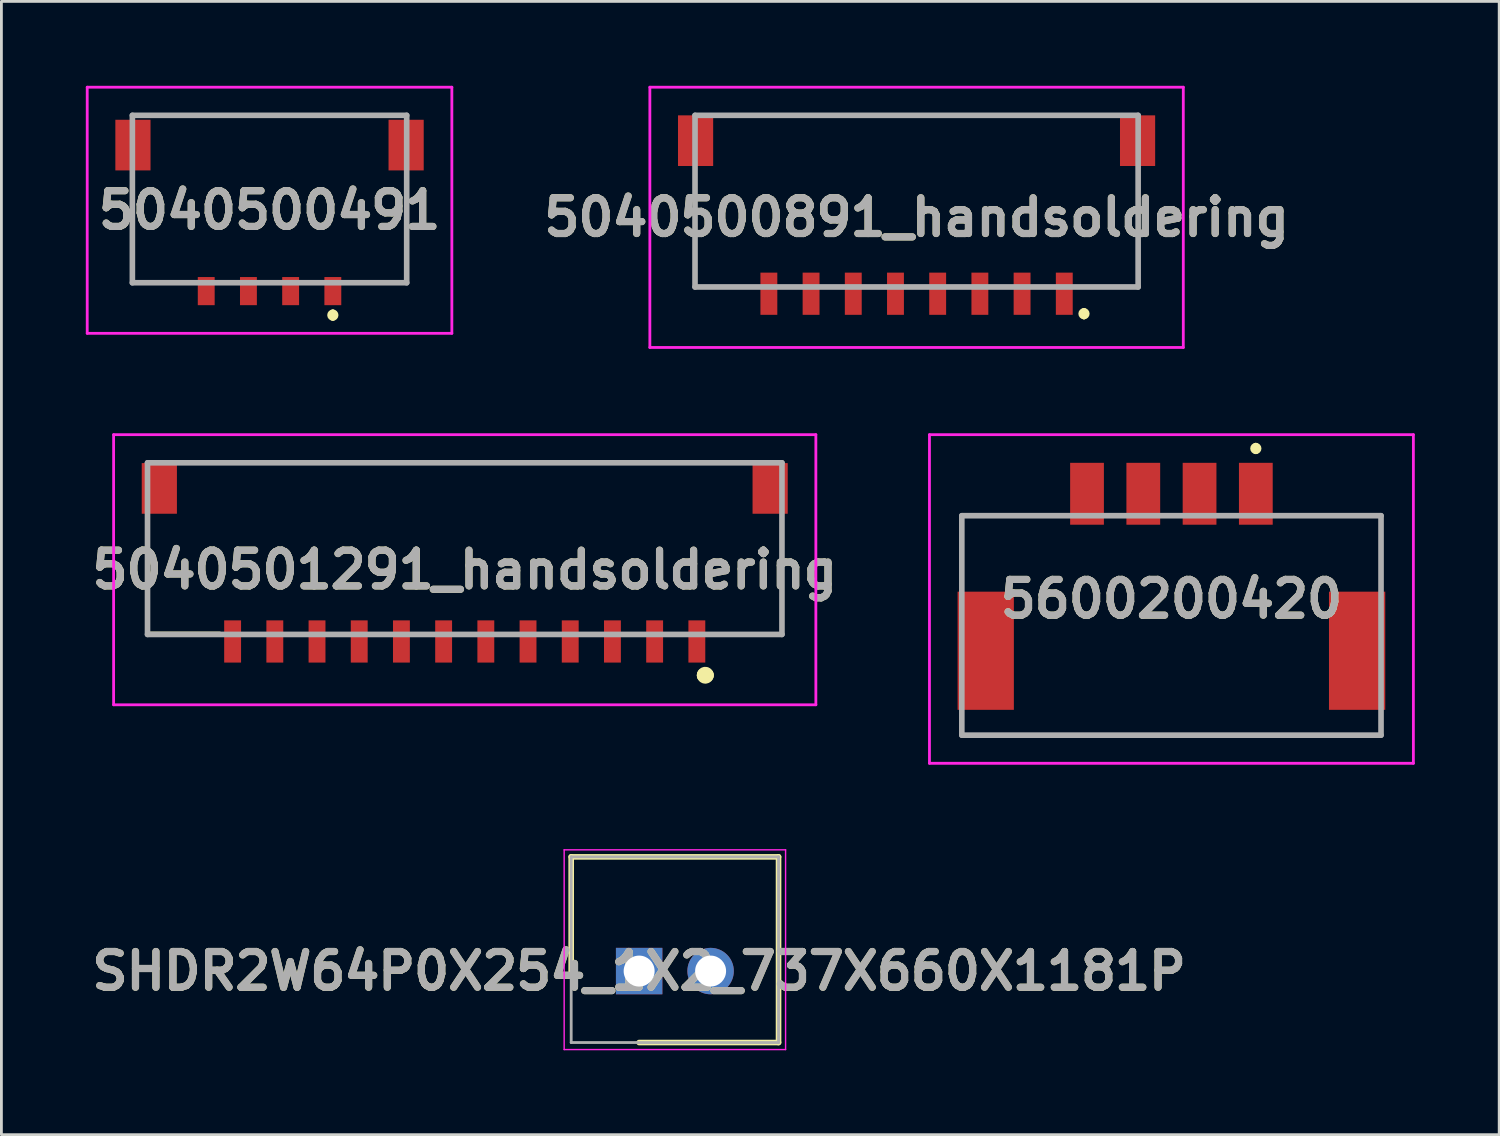
<source format=kicad_pcb>
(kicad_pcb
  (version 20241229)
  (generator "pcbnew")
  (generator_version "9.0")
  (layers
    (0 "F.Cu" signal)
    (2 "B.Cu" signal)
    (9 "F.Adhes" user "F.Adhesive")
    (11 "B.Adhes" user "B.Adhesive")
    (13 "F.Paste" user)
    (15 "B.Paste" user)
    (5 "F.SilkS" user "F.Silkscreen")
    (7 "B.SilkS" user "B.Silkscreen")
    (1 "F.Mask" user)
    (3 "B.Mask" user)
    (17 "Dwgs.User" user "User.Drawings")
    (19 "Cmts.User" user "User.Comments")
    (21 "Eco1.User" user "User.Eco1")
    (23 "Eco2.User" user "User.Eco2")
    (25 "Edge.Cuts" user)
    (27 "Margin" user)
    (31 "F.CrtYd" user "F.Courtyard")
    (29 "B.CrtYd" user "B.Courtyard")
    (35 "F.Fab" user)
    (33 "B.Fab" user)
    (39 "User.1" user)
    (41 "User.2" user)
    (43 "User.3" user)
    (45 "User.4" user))
  (footprint "5600200420"
    (layer "F.Cu")
    (at 38.586 18.79)
    (property "Reference" "5600200420" (at 0 -0.55 0) (layer "F.SilkS") (effects (font (size 1.27 1.27) (thickness 0.254))))
    (attr smd)
    (fp_line (start -7.45 -3.51) (end -4.5 -3.51) (stroke (width 0.1) (type solid)) (layer "F.SilkS"))
    (fp_line (start -7.45 -1.71) (end -7.45 -3.51) (stroke (width 0.1) (type solid)) (layer "F.SilkS"))
    (fp_line (start -7.45 4.29) (end 7.45 4.29) (stroke (width 0.1) (type solid)) (layer "F.SilkS"))
    (fp_line (start 3 -6) (end 3 -6) (stroke (width 0.2) (type solid)) (layer "F.SilkS"))
    (fp_line (start 3 -5.8) (end 3 -5.8) (stroke (width 0.2) (type solid)) (layer "F.SilkS"))
    (fp_line (start 7.45 -3.51) (end 4.5 -3.51) (stroke (width 0.1) (type solid)) (layer "F.SilkS"))
    (fp_line (start 7.45 -1.71) (end 7.45 -3.51) (stroke (width 0.1) (type solid)) (layer "F.SilkS"))
    (fp_arc (start 3 -6) (mid 3.1 -5.9) (end 3 -5.8) (stroke (width 0.2) (type solid)) (layer "F.SilkS"))
    (fp_arc (start 3 -5.8) (mid 2.9 -5.9) (end 3 -6) (stroke (width 0.2) (type solid)) (layer "F.SilkS"))
    (fp_line (start -8.6 -6.39) (end 8.6 -6.39) (stroke (width 0.1) (type solid)) (layer "F.CrtYd"))
    (fp_line (start -8.6 5.29) (end -8.6 -6.39) (stroke (width 0.1) (type solid)) (layer "F.CrtYd"))
    (fp_line (start 8.6 -6.39) (end 8.6 5.29) (stroke (width 0.1) (type solid)) (layer "F.CrtYd"))
    (fp_line (start 8.6 5.29) (end -8.6 5.29) (stroke (width 0.1) (type solid)) (layer "F.CrtYd"))
    (fp_line (start -7.45 -3.51) (end 7.45 -3.51) (stroke (width 0.2) (type solid)) (layer "F.Fab"))
    (fp_line (start -7.45 4.29) (end -7.45 -3.51) (stroke (width 0.2) (type solid)) (layer "F.Fab"))
    (fp_line (start 7.45 -3.51) (end 7.45 4.29) (stroke (width 0.2) (type solid)) (layer "F.Fab"))
    (fp_line (start 7.45 4.29) (end -7.45 4.29) (stroke (width 0.2) (type solid)) (layer "F.Fab"))
    (fp_text user "${REFERENCE}" (at 0 -0.55 0) (layer "F.Fab") (effects (font (size 1.27 1.27) (thickness 0.254))))
    (pad "1" smd rect (at 3 -4.29) (size 1.2 2.2) (layers "F.Cu" "F.Mask" "F.Paste"))
    (pad "2" smd rect (at 1 -4.29) (size 1.2 2.2) (layers "F.Cu" "F.Mask" "F.Paste"))
    (pad "3" smd rect (at -1 -4.29) (size 1.2 2.2) (layers "F.Cu" "F.Mask" "F.Paste"))
    (pad "4" smd rect (at -3 -4.29) (size 1.2 2.2) (layers "F.Cu" "F.Mask" "F.Paste"))
    (pad "MP1" smd rect (at -6.6 1.29) (size 2 4.2) (layers "F.Cu" "F.Mask" "F.Paste"))
    (pad "MP2" smd rect (at 6.6 1.29) (size 2 4.2) (layers "F.Cu" "F.Mask" "F.Paste")))
  (footprint "5040501291_handsoldering"
    (layer "F.Cu")
    (at 13.468 16.45)
    (property "Reference" "5040501291_handsoldering" (at 0 0.75 0) (layer "F.SilkS") (effects (font (size 1.27 1.27) (thickness 0.254))))
    (attr smd)
    (fp_line (start -11.275 -1) (end -11.275 3) (stroke (width 0.1) (type solid)) (layer "F.SilkS"))
    (fp_line (start -11.275 3) (end -8.7 3) (stroke (width 0.1) (type solid)) (layer "F.SilkS"))
    (fp_line (start -10 -3.05) (end 10 -3.05) (stroke (width 0.1) (type solid)) (layer "F.SilkS"))
    (fp_line (start 8.5 4.5) (end 8.5 4.5) (stroke (width 0.5) (type solid)) (layer "F.SilkS"))
    (fp_line (start 8.6 4.5) (end 8.6 4.5) (stroke (width 0.5) (type solid)) (layer "F.SilkS"))
    (fp_line (start 11.275 -1) (end 11.275 3.05) (stroke (width 0.1) (type solid)) (layer "F.SilkS"))
    (fp_line (start 11.275 3.05) (end 8.7 3.05) (stroke (width 0.1) (type solid)) (layer "F.SilkS"))
    (fp_arc (start 8.5 4.5) (mid 8.55 4.45) (end 8.6 4.5) (stroke (width 0.5) (type solid)) (layer "F.SilkS"))
    (fp_arc (start 8.6 4.5) (mid 8.55 4.55) (end 8.5 4.5) (stroke (width 0.5) (type solid)) (layer "F.SilkS"))
    (fp_line (start -12.48 -4.05) (end 12.48 -4.05) (stroke (width 0.1) (type solid)) (layer "F.CrtYd"))
    (fp_line (start -12.48 5.55) (end -12.48 -4.05) (stroke (width 0.1) (type solid)) (layer "F.CrtYd"))
    (fp_line (start 12.48 -4.05) (end 12.48 5.55) (stroke (width 0.1) (type solid)) (layer "F.CrtYd"))
    (fp_line (start 12.48 5.55) (end -12.48 5.55) (stroke (width 0.1) (type solid)) (layer "F.CrtYd"))
    (fp_line (start -11.275 -3.05) (end 11.275 -3.05) (stroke (width 0.2) (type solid)) (layer "F.Fab"))
    (fp_line (start -11.275 3.05) (end -11.275 -3.05) (stroke (width 0.2) (type solid)) (layer "F.Fab"))
    (fp_line (start 11.275 -3.05) (end 11.275 3.05) (stroke (width 0.2) (type solid)) (layer "F.Fab"))
    (fp_line (start 11.275 3.05) (end -11.275 3.05) (stroke (width 0.2) (type solid)) (layer "F.Fab"))
    (fp_text user "${REFERENCE}" (at 0 0.75 0) (layer "F.Fab") (effects (font (size 1.27 1.27) (thickness 0.254))))
    (pad "1" smd rect (at 8.25 3.3) (size 0.6 1.5) (layers "F.Cu" "F.Mask" "F.Paste"))
    (pad "2" smd rect (at 6.75 3.3) (size 0.6 1.5) (layers "F.Cu" "F.Mask" "F.Paste"))
    (pad "3" smd rect (at 5.25 3.3) (size 0.6 1.5) (layers "F.Cu" "F.Mask" "F.Paste"))
    (pad "4" smd rect (at 3.75 3.3) (size 0.6 1.5) (layers "F.Cu" "F.Mask" "F.Paste"))
    (pad "5" smd rect (at 2.25 3.3) (size 0.6 1.5) (layers "F.Cu" "F.Mask" "F.Paste"))
    (pad "6" smd rect (at 0.75 3.3) (size 0.6 1.5) (layers "F.Cu" "F.Mask" "F.Paste"))
    (pad "7" smd rect (at -0.75 3.3) (size 0.6 1.5) (layers "F.Cu" "F.Mask" "F.Paste"))
    (pad "8" smd rect (at -2.25 3.3) (size 0.6 1.5) (layers "F.Cu" "F.Mask" "F.Paste"))
    (pad "9" smd rect (at -3.75 3.3) (size 0.6 1.5) (layers "F.Cu" "F.Mask" "F.Paste"))
    (pad "10" smd rect (at -5.25 3.3) (size 0.6 1.5) (layers "F.Cu" "F.Mask" "F.Paste"))
    (pad "11" smd rect (at -6.75 3.3) (size 0.6 1.5) (layers "F.Cu" "F.Mask" "F.Paste"))
    (pad "12" smd rect (at -8.25 3.3) (size 0.6 1.5) (layers "F.Cu" "F.Mask" "F.Paste"))
    (pad "MP1" smd rect (at -10.855 -2.14) (size 1.25 1.8) (layers "F.Cu" "F.Mask" "F.Paste"))
    (pad "MP2" smd rect (at 10.855 -2.14) (size 1.25 1.8) (layers "F.Cu" "F.Mask" "F.Paste")))
  (footprint "SHDR2W64P0X254_1X2_737X660X1181P"
    (layer "F.Cu")
    (at 19.667 31.465)
    (property "Reference" "SHDR2W64P0X254_1X2_737X660X1181P" (at 0 0 0) (layer "F.SilkS") (effects (font (size 1.27 1.27) (thickness 0.254))))
    (attr through_hole)
    (fp_line (start -2.415 -4.06) (end -2.415 0) (stroke (width 0.2) (type solid)) (layer "F.SilkS"))
    (fp_line (start 0 2.54) (end 4.955 2.54) (stroke (width 0.2) (type solid)) (layer "F.SilkS"))
    (fp_line (start 4.955 -4.06) (end -2.415 -4.06) (stroke (width 0.2) (type solid)) (layer "F.SilkS"))
    (fp_line (start 4.955 2.54) (end 4.955 -4.06) (stroke (width 0.2) (type solid)) (layer "F.SilkS"))
    (fp_line (start -2.665 -4.31) (end 5.205 -4.31) (stroke (width 0.05) (type solid)) (layer "F.CrtYd"))
    (fp_line (start -2.665 2.79) (end -2.665 -4.31) (stroke (width 0.05) (type solid)) (layer "F.CrtYd"))
    (fp_line (start 5.205 -4.31) (end 5.205 2.79) (stroke (width 0.05) (type solid)) (layer "F.CrtYd"))
    (fp_line (start 5.205 2.79) (end -2.665 2.79) (stroke (width 0.05) (type solid)) (layer "F.CrtYd"))
    (fp_line (start -2.415 -4.06) (end 4.955 -4.06) (stroke (width 0.1) (type solid)) (layer "F.Fab"))
    (fp_line (start -2.415 2.54) (end -2.415 -4.06) (stroke (width 0.1) (type solid)) (layer "F.Fab"))
    (fp_line (start 4.955 -4.06) (end 4.955 2.54) (stroke (width 0.1) (type solid)) (layer "F.Fab"))
    (fp_line (start 4.955 2.54) (end -2.415 2.54) (stroke (width 0.1) (type solid)) (layer "F.Fab"))
    (fp_text user "${REFERENCE}" (at 0 0 0) (layer "F.Fab") (effects (font (size 1.27 1.27) (thickness 0.254))))
    (pad "1" thru_hole rect (at 0 0) (size 1.65 1.65) (drill 1.1) (layers "*.Cu" "*.Mask"))
    (pad "2" thru_hole circle (at 2.54 0) (size 1.65 1.65) (drill 1.1) (layers "*.Cu" "*.Mask")))
  (footprint "5040500491"
    (layer "F.Cu")
    (at 6.53 4.05)
    (property "Reference" "5040500491" (at 0 0.374 0) (layer "F.SilkS") (effects (font (size 1.27 1.27) (thickness 0.254))))
    (attr smd)
    (fp_line (start -4.875 -0.647) (end -4.855 2.95) (stroke (width 0.1) (type solid)) (layer "F.SilkS"))
    (fp_line (start -4.855 2.95) (end -3.5 2.95) (stroke (width 0.1) (type solid)) (layer "F.SilkS"))
    (fp_line (start -3.5 -3) (end 3.5 -3) (stroke (width 0.1) (type solid)) (layer "F.SilkS"))
    (fp_line (start 2.25 4) (end 2.25 4) (stroke (width 0.2) (type solid)) (layer "F.SilkS"))
    (fp_line (start 2.25 4.2) (end 2.25 4.2) (stroke (width 0.2) (type solid)) (layer "F.SilkS"))
    (fp_line (start 4.855 2.95) (end 3.5 2.95) (stroke (width 0.1) (type solid)) (layer "F.SilkS"))
    (fp_line (start 4.875 -0.647) (end 4.855 2.95) (stroke (width 0.1) (type solid)) (layer "F.SilkS"))
    (fp_arc (start 2.25 4) (mid 2.35 4.1) (end 2.25 4.2) (stroke (width 0.2) (type solid)) (layer "F.SilkS"))
    (fp_arc (start 2.25 4.2) (mid 2.15 4.1) (end 2.25 4) (stroke (width 0.2) (type solid)) (layer "F.SilkS"))
    (fp_line (start -6.48 -4) (end 6.48 -4) (stroke (width 0.1) (type solid)) (layer "F.CrtYd"))
    (fp_line (start -6.48 4.747) (end -6.48 -4) (stroke (width 0.1) (type solid)) (layer "F.CrtYd"))
    (fp_line (start 6.48 -4) (end 6.48 4.747) (stroke (width 0.1) (type solid)) (layer "F.CrtYd"))
    (fp_line (start 6.48 4.747) (end -6.48 4.747) (stroke (width 0.1) (type solid)) (layer "F.CrtYd"))
    (fp_line (start -4.875 -3) (end 4.875 -3) (stroke (width 0.2) (type solid)) (layer "F.Fab"))
    (fp_line (start -4.875 2.95) (end -4.875 -3) (stroke (width 0.2) (type solid)) (layer "F.Fab"))
    (fp_line (start 4.875 -3) (end 4.875 2.95) (stroke (width 0.2) (type solid)) (layer "F.Fab"))
    (fp_line (start 4.875 2.95) (end -4.875 2.95) (stroke (width 0.2) (type solid)) (layer "F.Fab"))
    (fp_text user "${REFERENCE}" (at 0 0.374 0) (layer "F.Fab") (effects (font (size 1.27 1.27) (thickness 0.254))))
    (pad "1" smd rect (at 2.25 3.247) (size 0.6 1) (layers "F.Cu" "F.Mask" "F.Paste"))
    (pad "2" smd rect (at 0.75 3.247) (size 0.6 1) (layers "F.Cu" "F.Mask" "F.Paste"))
    (pad "3" smd rect (at -0.75 3.247) (size 0.6 1) (layers "F.Cu" "F.Mask" "F.Paste"))
    (pad "4" smd rect (at -2.25 3.247) (size 0.6 1) (layers "F.Cu" "F.Mask" "F.Paste"))
    (pad "MP1" smd rect (at 4.855 -1.943) (size 1.25 1.8) (layers "F.Cu" "F.Mask" "F.Paste"))
    (pad "MP2" smd rect (at -4.855 -1.943) (size 1.25 1.8) (layers "F.Cu" "F.Mask" "F.Paste")))
  (footprint "5040500891_handsoldering"
    (layer "F.Cu")
    (at 36.758 4.1)
    (property "Reference" "5040500891_handsoldering" (at -7.23 0.575 0) (layer "F.SilkS") (effects (font (size 1.27 1.27) (thickness 0.254))))
    (attr smd)
    (fp_line (start -15.105 -1) (end -15.105 3.05) (stroke (width 0.1) (type solid)) (layer "F.SilkS"))
    (fp_line (start -15.105 3.05) (end -13.23 3.05) (stroke (width 0.1) (type solid)) (layer "F.SilkS"))
    (fp_line (start -14.23 -3.05) (end -0.23 -3.05) (stroke (width 0.1) (type solid)) (layer "F.SilkS"))
    (fp_line (start -1.28 3.9) (end -1.28 3.9) (stroke (width 0.2) (type solid)) (layer "F.SilkS"))
    (fp_line (start -1.28 4.1) (end -1.28 4.1) (stroke (width 0.2) (type solid)) (layer "F.SilkS"))
    (fp_line (start 0.645 -1) (end 0.645 3.05) (stroke (width 0.1) (type solid)) (layer "F.SilkS"))
    (fp_line (start 0.645 3.05) (end -1.23 3.05) (stroke (width 0.1) (type solid)) (layer "F.SilkS"))
    (fp_arc (start -1.28 3.9) (mid -1.18 4) (end -1.28 4.1) (stroke (width 0.2) (type solid)) (layer "F.SilkS"))
    (fp_arc (start -1.28 4.1) (mid -1.38 4) (end -1.28 3.9) (stroke (width 0.2) (type solid)) (layer "F.SilkS"))
    (fp_line (start -16.71 -4.05) (end 2.25 -4.05) (stroke (width 0.1) (type solid)) (layer "F.CrtYd"))
    (fp_line (start -16.71 5.2) (end -16.71 -4.05) (stroke (width 0.1) (type solid)) (layer "F.CrtYd"))
    (fp_line (start 2.25 -4.05) (end 2.25 5.2) (stroke (width 0.1) (type solid)) (layer "F.CrtYd"))
    (fp_line (start 2.25 5.2) (end -16.71 5.2) (stroke (width 0.1) (type solid)) (layer "F.CrtYd"))
    (fp_line (start -15.105 -3.05) (end 0.645 -3.05) (stroke (width 0.2) (type solid)) (layer "F.Fab"))
    (fp_line (start -15.105 3.05) (end -15.105 -3.05) (stroke (width 0.2) (type solid)) (layer "F.Fab"))
    (fp_line (start 0.645 -3.05) (end 0.645 3.05) (stroke (width 0.2) (type solid)) (layer "F.Fab"))
    (fp_line (start 0.645 3.05) (end -15.105 3.05) (stroke (width 0.2) (type solid)) (layer "F.Fab"))
    (fp_text user "${REFERENCE}" (at -7.23 0.575 0) (layer "F.Fab") (effects (font (size 1.27 1.27) (thickness 0.254))))
    (pad "1" smd rect (at -1.98 3.29) (size 0.6 1.5) (layers "F.Cu" "F.Mask" "F.Paste"))
    (pad "2" smd rect (at -3.48 3.29) (size 0.6 1.5) (layers "F.Cu" "F.Mask" "F.Paste"))
    (pad "3" smd rect (at -4.98 3.29) (size 0.6 1.5) (layers "F.Cu" "F.Mask" "F.Paste"))
    (pad "4" smd rect (at -6.48 3.29) (size 0.6 1.5) (layers "F.Cu" "F.Mask" "F.Paste"))
    (pad "5" smd rect (at -7.98 3.29) (size 0.6 1.5) (layers "F.Cu" "F.Mask" "F.Paste"))
    (pad "6" smd rect (at -9.48 3.29) (size 0.6 1.5) (layers "F.Cu" "F.Mask" "F.Paste"))
    (pad "7" smd rect (at -10.98 3.29) (size 0.6 1.5) (layers "F.Cu" "F.Mask" "F.Paste"))
    (pad "8" smd rect (at -12.48 3.29) (size 0.6 1.5) (layers "F.Cu" "F.Mask" "F.Paste"))
    (pad "MP1" smd rect (at 0.625 -2.15) (size 1.25 1.8) (layers "F.Cu" "F.Mask" "F.Paste"))
    (pad "MP2" smd rect (at -15.085 -2.15) (size 1.25 1.8) (layers "F.Cu" "F.Mask" "F.Paste")))
  (gr_rect
    (start -3 -3)
    (end 50.236 37.28)
    (stroke (width 0.1) (type default))
    (fill no)
    (layer "Edge.Cuts")))
</source>
